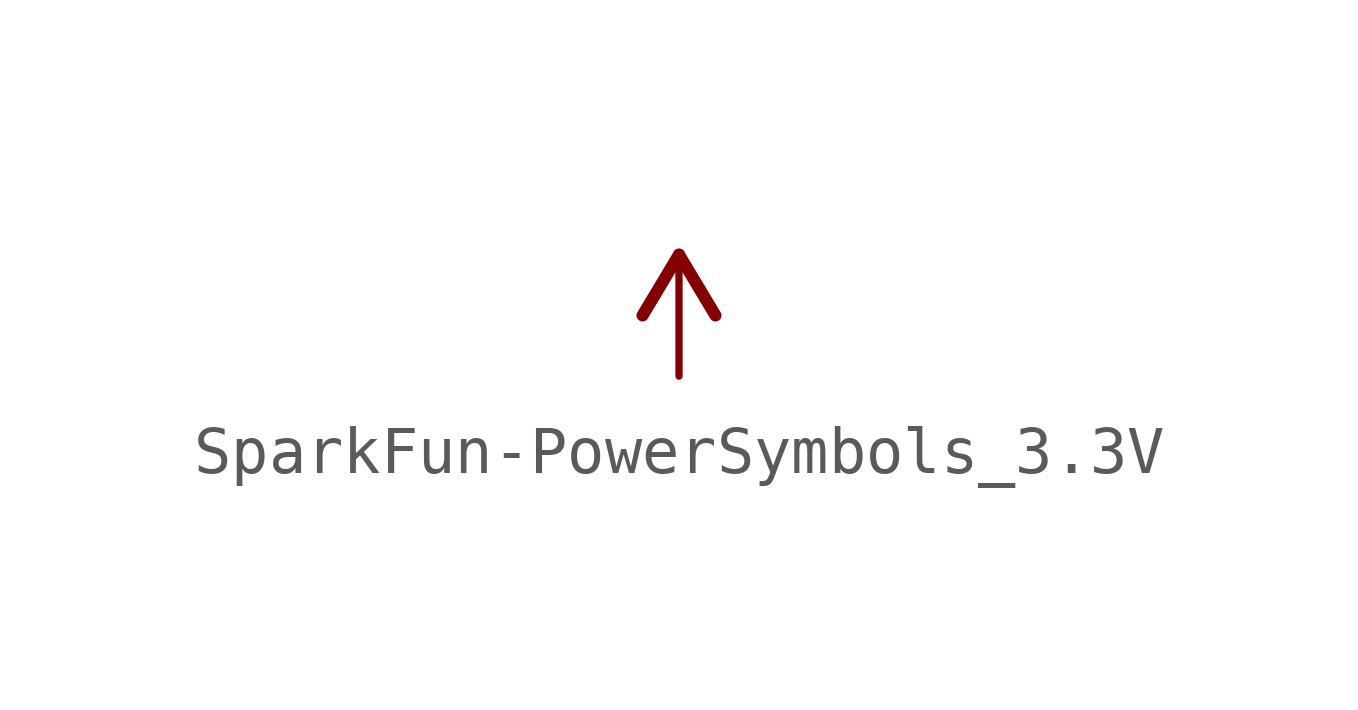
<source format=kicad_sym>
(kicad_symbol_lib
  (version 20231120)
  (generator "kicad_symbol_editor")
  (generator_version "8.0")
  (symbol "SparkFun-PowerSymbols_3.3V"
    (power)
    (property "Reference" "#SUPPLY"
      (at 0 0 0)
      (effects (font (size 1.27 1.27)) (hide yes)))
    (property "Value" ""
      (at 0 2.794 0)
      (effects (font (size 1.778 1.778)) (justify bottom)))
    (property "ki_locked" ""
      (at 0 0 0)
      (effects (font (size 1.27 1.27))))
    (symbol "SparkFun-PowerSymbols_3.3V_1_0"
      (polyline (pts (xy 0 2.54) (xy -0.762 1.27)) (stroke (width 0.254) (type solid)) (fill (type none)))
      (polyline (pts (xy 0.762 1.27) (xy 0 2.54)) (stroke (width 0.254) (type solid)) (fill (type none)))
      (pin power_in line (at 0 0 90) (length 2.54) (name "3.3V" (effects (font (size 0 0)))) (number "1" (effects (font (size 0 0))))))))
</source>
